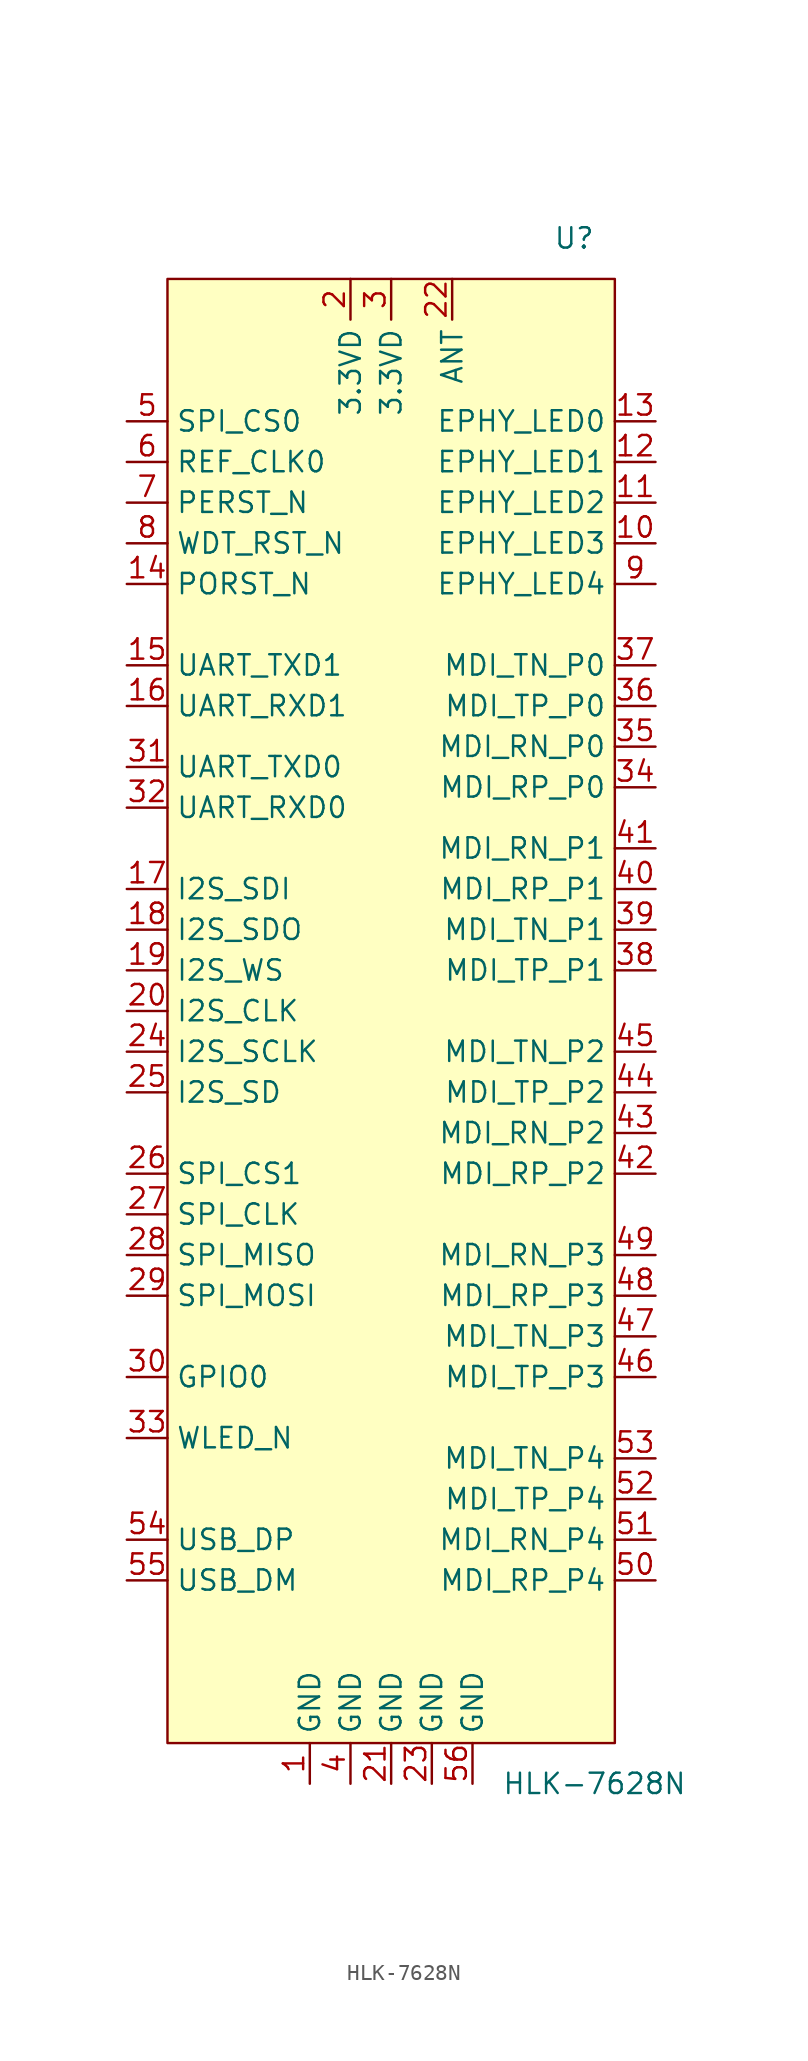
<source format=kicad_sym>
(kicad_symbol_lib
  (version 20231120)
  (generator "kicad_symbol_editor")
  (generator_version "8.0")
  (symbol "HLK-7628N"
    (property "Reference" "U"
      (at 11.43 48.26 0)
      (effects (font (size 1.27 1.27))))
    (property "Value" "HLK-7628N"
      (at 12.7 -48.26 0)
      (effects (font (size 1.27 1.27))))
    (symbol "HLK-7628N_1_1"
      (rectangle (start -13.97 45.72) (end 13.97 -45.72) (stroke (width 0) (type default)) (fill (type background)))
      (pin power_in line (at -5.08 -48.26 90) (length 2.54) (name "GND" (effects (font (size 1.27 1.27)))) (number "1" (effects (font (size 1.27 1.27)))))
      (pin bidirectional line (at 16.51 29.21 180) (length 2.54) (name "EPHY_LED3" (effects (font (size 1.27 1.27)))) (number "10" (effects (font (size 1.27 1.27)))))
      (pin bidirectional line (at 16.51 31.75 180) (length 2.54) (name "EPHY_LED2" (effects (font (size 1.27 1.27)))) (number "11" (effects (font (size 1.27 1.27)))))
      (pin bidirectional line (at 16.51 34.29 180) (length 2.54) (name "EPHY_LED1" (effects (font (size 1.27 1.27)))) (number "12" (effects (font (size 1.27 1.27)))))
      (pin bidirectional line (at 16.51 36.83 180) (length 2.54) (name "EPHY_LED0" (effects (font (size 1.27 1.27)))) (number "13" (effects (font (size 1.27 1.27)))))
      (pin bidirectional line (at -16.51 26.67 0) (length 2.54) (name "PORST_N" (effects (font (size 1.27 1.27)))) (number "14" (effects (font (size 1.27 1.27)))))
      (pin output line (at -16.51 21.59 0) (length 2.54) (name "UART_TXD1" (effects (font (size 1.27 1.27)))) (number "15" (effects (font (size 1.27 1.27)))))
      (pin input line (at -16.51 19.05 0) (length 2.54) (name "UART_RXD1" (effects (font (size 1.27 1.27)))) (number "16" (effects (font (size 1.27 1.27)))))
      (pin bidirectional line (at -16.51 7.62 0) (length 2.54) (name "I2S_SDI" (effects (font (size 1.27 1.27)))) (number "17" (effects (font (size 1.27 1.27)))))
      (pin bidirectional line (at -16.51 5.08 0) (length 2.54) (name "I2S_SDO" (effects (font (size 1.27 1.27)))) (number "18" (effects (font (size 1.27 1.27)))))
      (pin bidirectional line (at -16.51 2.54 0) (length 2.54) (name "I2S_WS" (effects (font (size 1.27 1.27)))) (number "19" (effects (font (size 1.27 1.27)))))
      (pin power_in line (at -2.54 45.72 270) (length 2.54) (name "3.3VD" (effects (font (size 1.27 1.27)))) (number "2" (effects (font (size 1.27 1.27)))))
      (pin bidirectional line (at -16.51 0 0) (length 2.54) (name "I2S_CLK" (effects (font (size 1.27 1.27)))) (number "20" (effects (font (size 1.27 1.27)))))
      (pin power_in line (at 0 -48.26 90) (length 2.54) (name "GND" (effects (font (size 1.27 1.27)))) (number "21" (effects (font (size 1.27 1.27)))))
      (pin power_in line (at 3.81 45.72 270) (length 2.54) (name "ANT" (effects (font (size 1.27 1.27)))) (number "22" (effects (font (size 1.27 1.27)))))
      (pin power_in line (at 2.54 -48.26 90) (length 2.54) (name "GND" (effects (font (size 1.27 1.27)))) (number "23" (effects (font (size 1.27 1.27)))))
      (pin bidirectional line (at -16.51 -2.54 0) (length 2.54) (name "I2S_SCLK" (effects (font (size 1.27 1.27)))) (number "24" (effects (font (size 1.27 1.27)))))
      (pin bidirectional line (at -16.51 -5.08 0) (length 2.54) (name "I2S_SD" (effects (font (size 1.27 1.27)))) (number "25" (effects (font (size 1.27 1.27)))))
      (pin bidirectional line (at -16.51 -10.16 0) (length 2.54) (name "SPI_CS1" (effects (font (size 1.27 1.27)))) (number "26" (effects (font (size 1.27 1.27)))))
      (pin bidirectional line (at -16.51 -12.7 0) (length 2.54) (name "SPI_CLK" (effects (font (size 1.27 1.27)))) (number "27" (effects (font (size 1.27 1.27)))))
      (pin bidirectional line (at -16.51 -15.24 0) (length 2.54) (name "SPI_MISO" (effects (font (size 1.27 1.27)))) (number "28" (effects (font (size 1.27 1.27)))))
      (pin bidirectional line (at -16.51 -17.78 0) (length 2.54) (name "SPI_MOSI" (effects (font (size 1.27 1.27)))) (number "29" (effects (font (size 1.27 1.27)))))
      (pin power_in line (at 0 45.72 270) (length 2.54) (name "3.3VD" (effects (font (size 1.27 1.27)))) (number "3" (effects (font (size 1.27 1.27)))))
      (pin bidirectional line (at -16.51 -22.86 0) (length 2.54) (name "GPIO0" (effects (font (size 1.27 1.27)))) (number "30" (effects (font (size 1.27 1.27)))))
      (pin output line (at -16.51 15.24 0) (length 2.54) (name "UART_TXD0" (effects (font (size 1.27 1.27)))) (number "31" (effects (font (size 1.27 1.27)))))
      (pin input line (at -16.51 12.7 0) (length 2.54) (name "UART_RXD0" (effects (font (size 1.27 1.27)))) (number "32" (effects (font (size 1.27 1.27)))))
      (pin bidirectional line (at -16.51 -26.67 0) (length 2.54) (name "WLED_N" (effects (font (size 1.27 1.27)))) (number "33" (effects (font (size 1.27 1.27)))))
      (pin bidirectional line (at 16.51 13.97 180) (length 2.54) (name "MDI_RP_P0" (effects (font (size 1.27 1.27)))) (number "34" (effects (font (size 1.27 1.27)))))
      (pin bidirectional line (at 16.51 16.51 180) (length 2.54) (name "MDI_RN_P0" (effects (font (size 1.27 1.27)))) (number "35" (effects (font (size 1.27 1.27)))))
      (pin bidirectional line (at 16.51 19.05 180) (length 2.54) (name "MDI_TP_P0" (effects (font (size 1.27 1.27)))) (number "36" (effects (font (size 1.27 1.27)))))
      (pin bidirectional line (at 16.51 21.59 180) (length 2.54) (name "MDI_TN_P0" (effects (font (size 1.27 1.27)))) (number "37" (effects (font (size 1.27 1.27)))))
      (pin bidirectional line (at 16.51 2.54 180) (length 2.54) (name "MDI_TP_P1" (effects (font (size 1.27 1.27)))) (number "38" (effects (font (size 1.27 1.27)))))
      (pin bidirectional line (at 16.51 5.08 180) (length 2.54) (name "MDI_TN_P1" (effects (font (size 1.27 1.27)))) (number "39" (effects (font (size 1.27 1.27)))))
      (pin power_in line (at -2.54 -48.26 90) (length 2.54) (name "GND" (effects (font (size 1.27 1.27)))) (number "4" (effects (font (size 1.27 1.27)))))
      (pin bidirectional line (at 16.51 7.62 180) (length 2.54) (name "MDI_RP_P1" (effects (font (size 1.27 1.27)))) (number "40" (effects (font (size 1.27 1.27)))))
      (pin bidirectional line (at 16.51 10.16 180) (length 2.54) (name "MDI_RN_P1" (effects (font (size 1.27 1.27)))) (number "41" (effects (font (size 1.27 1.27)))))
      (pin bidirectional line (at 16.51 -10.16 180) (length 2.54) (name "MDI_RP_P2" (effects (font (size 1.27 1.27)))) (number "42" (effects (font (size 1.27 1.27)))))
      (pin bidirectional line (at 16.51 -7.62 180) (length 2.54) (name "MDI_RN_P2" (effects (font (size 1.27 1.27)))) (number "43" (effects (font (size 1.27 1.27)))))
      (pin bidirectional line (at 16.51 -5.08 180) (length 2.54) (name "MDI_TP_P2" (effects (font (size 1.27 1.27)))) (number "44" (effects (font (size 1.27 1.27)))))
      (pin bidirectional line (at 16.51 -2.54 180) (length 2.54) (name "MDI_TN_P2" (effects (font (size 1.27 1.27)))) (number "45" (effects (font (size 1.27 1.27)))))
      (pin bidirectional line (at 16.51 -22.86 180) (length 2.54) (name "MDI_TP_P3" (effects (font (size 1.27 1.27)))) (number "46" (effects (font (size 1.27 1.27)))))
      (pin bidirectional line (at 16.51 -20.32 180) (length 2.54) (name "MDI_TN_P3" (effects (font (size 1.27 1.27)))) (number "47" (effects (font (size 1.27 1.27)))))
      (pin bidirectional line (at 16.51 -17.78 180) (length 2.54) (name "MDI_RP_P3" (effects (font (size 1.27 1.27)))) (number "48" (effects (font (size 1.27 1.27)))))
      (pin bidirectional line (at 16.51 -15.24 180) (length 2.54) (name "MDI_RN_P3" (effects (font (size 1.27 1.27)))) (number "49" (effects (font (size 1.27 1.27)))))
      (pin bidirectional line (at -16.51 36.83 0) (length 2.54) (name "SPI_CS0" (effects (font (size 1.27 1.27)))) (number "5" (effects (font (size 1.27 1.27)))))
      (pin bidirectional line (at 16.51 -35.56 180) (length 2.54) (name "MDI_RP_P4" (effects (font (size 1.27 1.27)))) (number "50" (effects (font (size 1.27 1.27)))))
      (pin bidirectional line (at 16.51 -33.02 180) (length 2.54) (name "MDI_RN_P4" (effects (font (size 1.27 1.27)))) (number "51" (effects (font (size 1.27 1.27)))))
      (pin bidirectional line (at 16.51 -30.48 180) (length 2.54) (name "MDI_TP_P4" (effects (font (size 1.27 1.27)))) (number "52" (effects (font (size 1.27 1.27)))))
      (pin bidirectional line (at 16.51 -27.94 180) (length 2.54) (name "MDI_TN_P4" (effects (font (size 1.27 1.27)))) (number "53" (effects (font (size 1.27 1.27)))))
      (pin bidirectional line (at -16.51 -33.02 0) (length 2.54) (name "USB_DP" (effects (font (size 1.27 1.27)))) (number "54" (effects (font (size 1.27 1.27)))))
      (pin bidirectional line (at -16.51 -35.56 0) (length 2.54) (name "USB_DM" (effects (font (size 1.27 1.27)))) (number "55" (effects (font (size 1.27 1.27)))))
      (pin power_in line (at 5.08 -48.26 90) (length 2.54) (name "GND" (effects (font (size 1.27 1.27)))) (number "56" (effects (font (size 1.27 1.27)))))
      (pin bidirectional line (at -16.51 34.29 0) (length 2.54) (name "REF_CLK0" (effects (font (size 1.27 1.27)))) (number "6" (effects (font (size 1.27 1.27)))))
      (pin bidirectional line (at -16.51 31.75 0) (length 2.54) (name "PERST_N" (effects (font (size 1.27 1.27)))) (number "7" (effects (font (size 1.27 1.27)))))
      (pin bidirectional line (at -16.51 29.21 0) (length 2.54) (name "WDT_RST_N" (effects (font (size 1.27 1.27)))) (number "8" (effects (font (size 1.27 1.27)))))
      (pin bidirectional line (at 16.51 26.67 180) (length 2.54) (name "EPHY_LED4" (effects (font (size 1.27 1.27)))) (number "9" (effects (font (size 1.27 1.27))))))))
</source>
